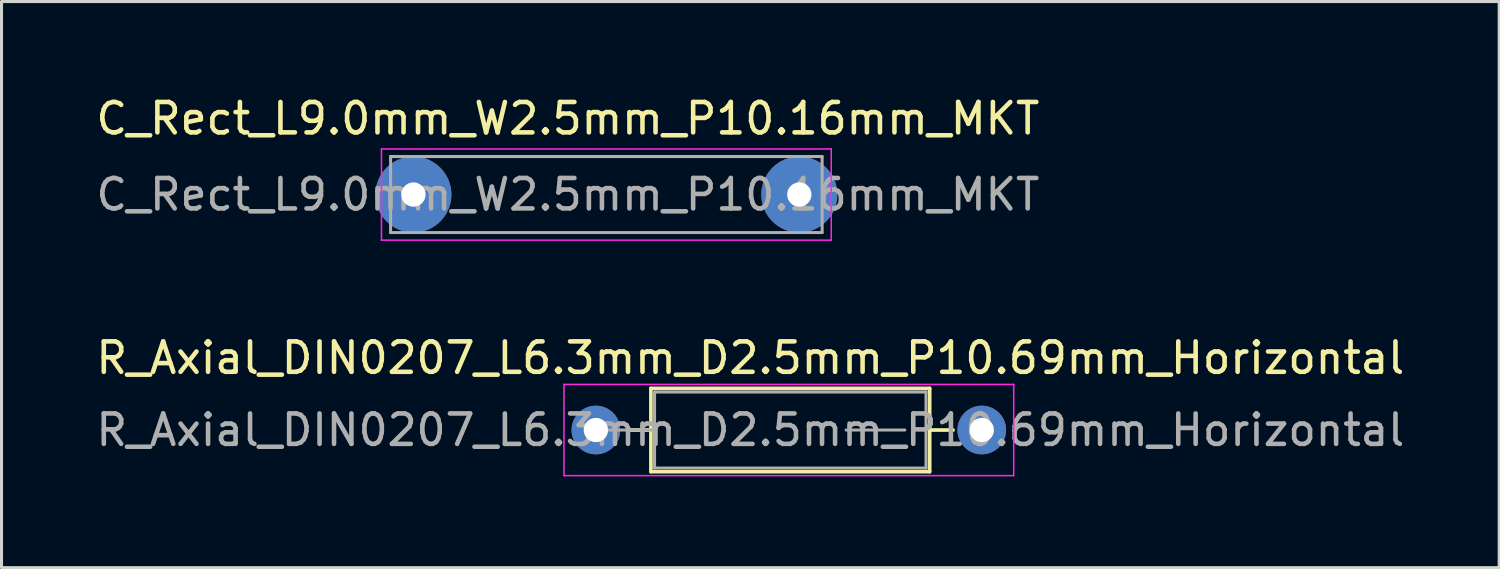
<source format=kicad_pcb>
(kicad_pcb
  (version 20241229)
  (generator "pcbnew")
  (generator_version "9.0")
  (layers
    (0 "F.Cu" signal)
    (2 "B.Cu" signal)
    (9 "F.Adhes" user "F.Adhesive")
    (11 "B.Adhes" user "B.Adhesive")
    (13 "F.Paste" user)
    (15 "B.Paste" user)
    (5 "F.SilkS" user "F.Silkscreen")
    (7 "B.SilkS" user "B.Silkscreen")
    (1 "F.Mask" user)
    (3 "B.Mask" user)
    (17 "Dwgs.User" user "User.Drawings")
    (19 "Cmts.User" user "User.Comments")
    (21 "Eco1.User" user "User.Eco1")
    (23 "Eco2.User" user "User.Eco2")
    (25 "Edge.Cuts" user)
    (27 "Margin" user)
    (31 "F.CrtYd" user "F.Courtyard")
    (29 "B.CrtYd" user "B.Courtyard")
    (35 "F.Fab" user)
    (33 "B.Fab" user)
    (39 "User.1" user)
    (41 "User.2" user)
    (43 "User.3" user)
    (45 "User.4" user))
  (footprint "C_Rect_L9.0mm_W2.5mm_P10.16mm_MKT"
    (layer "F.Cu")
    (at 10.545 3.348)
    (property "Reference" "C_Rect_L9.0mm_W2.5mm_P10.16mm_MKT" (at 5.08 -2.5 0) (layer "F.SilkS") (effects (font (size 1 1) (thickness 0.15))))
    (attr through_hole)
    (fp_line (start -1.05 -1.5) (end -1.05 1.5) (stroke (width 0.05) (type solid)) (layer "F.CrtYd"))
    (fp_line (start -1.05 1.5) (end 13.74 1.5) (stroke (width 0.05) (type solid)) (layer "F.CrtYd"))
    (fp_line (start 13.74 -1.5) (end -1.05 -1.5) (stroke (width 0.05) (type solid)) (layer "F.CrtYd"))
    (fp_line (start 13.74 1.5) (end 13.74 -1.5) (stroke (width 0.05) (type solid)) (layer "F.CrtYd"))
    (fp_line (start -0.75 -1.25) (end -0.75 1.25) (stroke (width 0.1) (type solid)) (layer "F.Fab"))
    (fp_line (start -0.75 1.25) (end 13.44 1.25) (stroke (width 0.1) (type solid)) (layer "F.Fab"))
    (fp_line (start 13.44 -1.25) (end -0.75 -1.25) (stroke (width 0.1) (type solid)) (layer "F.Fab"))
    (fp_line (start 13.44 1.25) (end 13.44 -1.25) (stroke (width 0.1) (type solid)) (layer "F.Fab"))
    (fp_text user "${REFERENCE}" (at 5.08 0 0) (layer "F.Fab") (effects (font (size 1 1) (thickness 0.15))))
    (pad "1" thru_hole circle (at 0 0) (size 2.5 2.5) (drill 0.8) (layers "*.Cu" "*.Mask"))
    (pad "2" thru_hole circle (at 12.69 0) (size 2.5 2.5) (drill 0.8) (layers "*.Cu" "*.Mask")))
  (footprint "R_Axial_DIN0207_L6.3mm_D2.5mm_P10.69mm_Horizontal"
    (layer "F.Cu")
    (at 16.545 11.091)
    (property "Reference" "R_Axial_DIN0207_L6.3mm_D2.5mm_P10.69mm_Horizontal" (at 5.08 -2.37 0) (layer "F.SilkS") (effects (font (size 1 1) (thickness 0.15))))
    (attr through_hole)
    (fp_line (start 1.04 0) (end 1.81 0) (stroke (width 0.12) (type solid)) (layer "F.SilkS"))
    (fp_line (start 1.81 -1.37) (end 1.81 1.37) (stroke (width 0.12) (type solid)) (layer "F.SilkS"))
    (fp_line (start 1.81 1.37) (end 10.977 1.37) (stroke (width 0.12) (type solid)) (layer "F.SilkS"))
    (fp_line (start 10.977 -1.37) (end 1.81 -1.37) (stroke (width 0.12) (type solid)) (layer "F.SilkS"))
    (fp_line (start 10.977 1.37) (end 10.977 -1.37) (stroke (width 0.12) (type solid)) (layer "F.SilkS"))
    (fp_line (start 11.747 0) (end 10.977 0) (stroke (width 0.12) (type solid)) (layer "F.SilkS"))
    (fp_line (start -1.05 -1.5) (end -1.05 1.5) (stroke (width 0.05) (type solid)) (layer "F.CrtYd"))
    (fp_line (start -1.05 1.5) (end 13.74 1.5) (stroke (width 0.05) (type solid)) (layer "F.CrtYd"))
    (fp_line (start 13.74 -1.5) (end -1.05 -1.5) (stroke (width 0.05) (type solid)) (layer "F.CrtYd"))
    (fp_line (start 13.74 1.5) (end 13.74 -1.5) (stroke (width 0.05) (type solid)) (layer "F.CrtYd"))
    (fp_line (start 0 0) (end 1.93 0) (stroke (width 0.1) (type solid)) (layer "F.Fab"))
    (fp_line (start 1.93 -1.25) (end 1.93 1.25) (stroke (width 0.1) (type solid)) (layer "F.Fab"))
    (fp_line (start 1.93 1.25) (end 10.857 1.25) (stroke (width 0.1) (type solid)) (layer "F.Fab"))
    (fp_line (start 10.16 0) (end 8.23 0) (stroke (width 0.1) (type solid)) (layer "F.Fab"))
    (fp_line (start 10.857 -1.25) (end 1.93 -1.25) (stroke (width 0.1) (type solid)) (layer "F.Fab"))
    (fp_line (start 10.857 1.25) (end 10.857 -1.25) (stroke (width 0.1) (type solid)) (layer "F.Fab"))
    (fp_text user "${REFERENCE}" (at 5.08 0 0) (layer "F.Fab") (effects (font (size 1 1) (thickness 0.15))))
    (pad "1" thru_hole circle (at 0 0) (size 1.6 1.6) (drill 0.8) (layers "*.Cu" "*.Mask"))
    (pad "2" thru_hole oval (at 12.69 0) (size 1.6 1.6) (drill 0.8) (layers "*.Cu" "*.Mask")))
  (gr_rect
    (start -3 -3)
    (end 46.25 15.617)
    (stroke (width 0.1) (type default))
    (fill no)
    (layer "Edge.Cuts")))
</source>
